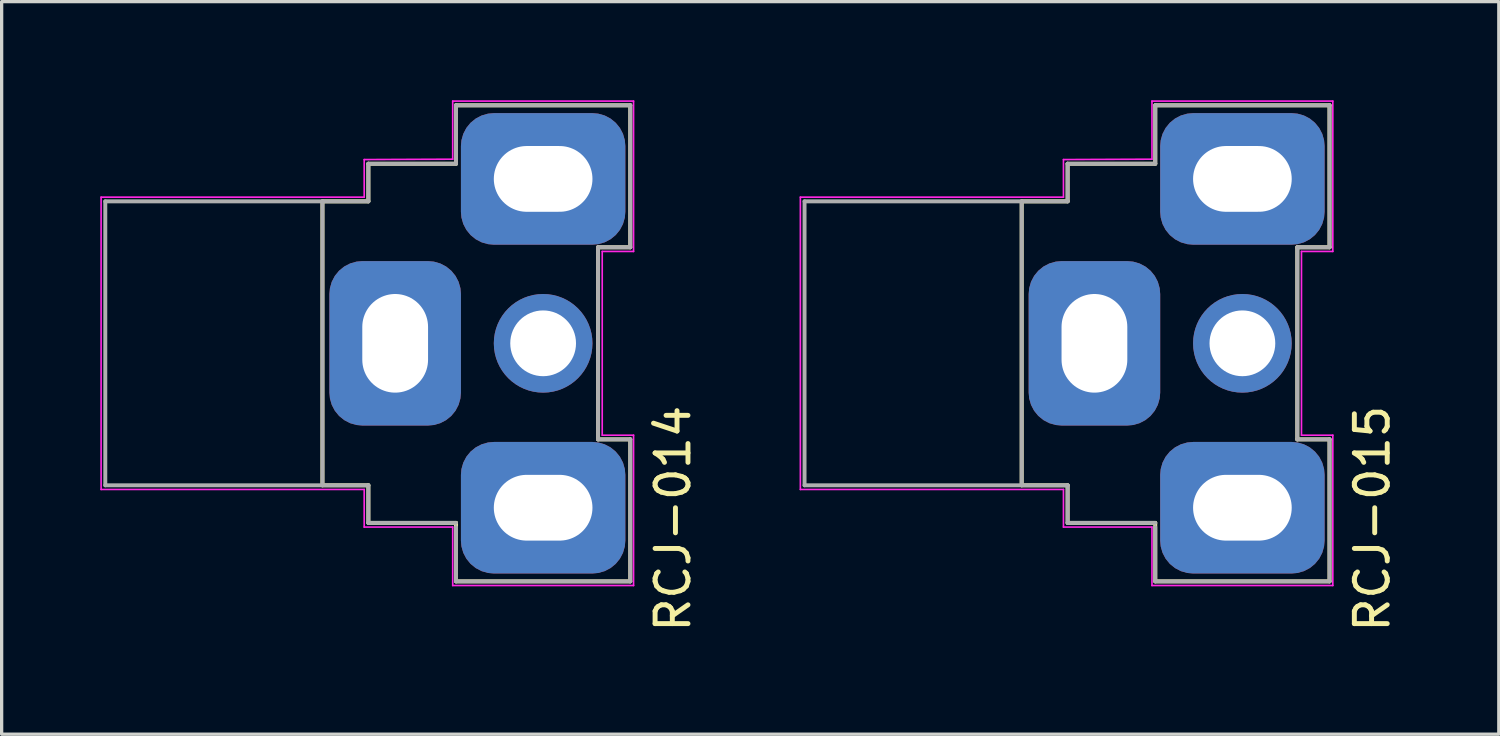
<source format=kicad_pcb>
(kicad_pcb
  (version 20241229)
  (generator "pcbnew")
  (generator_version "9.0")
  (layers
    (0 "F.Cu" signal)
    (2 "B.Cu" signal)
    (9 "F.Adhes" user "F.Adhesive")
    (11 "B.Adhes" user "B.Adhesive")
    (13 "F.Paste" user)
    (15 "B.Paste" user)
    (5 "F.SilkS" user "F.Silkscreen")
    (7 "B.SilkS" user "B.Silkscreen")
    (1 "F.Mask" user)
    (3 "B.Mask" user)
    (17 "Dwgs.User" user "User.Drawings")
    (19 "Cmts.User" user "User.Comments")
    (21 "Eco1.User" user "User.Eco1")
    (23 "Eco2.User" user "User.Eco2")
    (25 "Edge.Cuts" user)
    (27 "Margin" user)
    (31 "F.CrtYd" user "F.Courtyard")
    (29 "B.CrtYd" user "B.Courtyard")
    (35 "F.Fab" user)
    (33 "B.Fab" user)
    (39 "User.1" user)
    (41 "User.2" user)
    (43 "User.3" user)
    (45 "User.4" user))
  (footprint "RCJ-015"
    (layer "F.Cu")
    (at 28.784 7.391)
    (property "Reference" "RCJ-015" (at 9.9 5.334 90) (layer "F.SilkS") (effects (font (size 1 1) (thickness 0.15))))
    (attr through_hole)
    (fp_line (start -0.762 -4.318) (end -0.762 4.318) (stroke (width 0.12) (type solid)) (layer "F.SilkS"))
    (fp_line (start -0.762 4.318) (end 0.635 4.318) (stroke (width 0.12) (type solid)) (layer "F.SilkS"))
    (fp_line (start 0.635 -5.461) (end 0.635 -4.318) (stroke (width 0.12) (type solid)) (layer "F.SilkS"))
    (fp_line (start 0.635 -4.318) (end -0.762 -4.318) (stroke (width 0.12) (type solid)) (layer "F.SilkS"))
    (fp_line (start 0.635 4.318) (end 0.635 5.461) (stroke (width 0.12) (type solid)) (layer "F.SilkS"))
    (fp_line (start 0.635 5.461) (end 3.3 5.461) (stroke (width 0.12) (type solid)) (layer "F.SilkS"))
    (fp_line (start 3.3 -7.239) (end 8.6 -7.239) (stroke (width 0.12) (type solid)) (layer "F.SilkS"))
    (fp_line (start 3.3 -5.461) (end 0.635 -5.461) (stroke (width 0.12) (type solid)) (layer "F.SilkS"))
    (fp_line (start 3.3 -5.461) (end 3.3 -7.239) (stroke (width 0.12) (type solid)) (layer "F.SilkS"))
    (fp_line (start 3.3 5.461) (end 3.3 7.239) (stroke (width 0.12) (type solid)) (layer "F.SilkS"))
    (fp_line (start 3.3 7.239) (end 8.6 7.239) (stroke (width 0.12) (type solid)) (layer "F.SilkS"))
    (fp_line (start 7.62 -2.921) (end 7.62 2.921) (stroke (width 0.12) (type solid)) (layer "F.SilkS"))
    (fp_line (start 8.6 -7.239) (end 8.6 -2.921) (stroke (width 0.12) (type solid)) (layer "F.SilkS"))
    (fp_line (start 8.6 -2.921) (end 7.62 -2.921) (stroke (width 0.12) (type solid)) (layer "F.SilkS"))
    (fp_line (start 8.6 2.921) (end 7.62 2.921) (stroke (width 0.12) (type solid)) (layer "F.SilkS"))
    (fp_line (start 8.6 7.239) (end 8.6 2.921) (stroke (width 0.12) (type solid)) (layer "F.SilkS"))
    (fp_line (start -7.493 -4.445) (end -7.493 4.445) (stroke (width 0.05) (type solid)) (layer "F.CrtYd"))
    (fp_line (start -7.493 4.445) (end 0.508 4.445) (stroke (width 0.05) (type solid)) (layer "F.CrtYd"))
    (fp_line (start 0.508 -5.588) (end 0.508 -4.445) (stroke (width 0.05) (type solid)) (layer "F.CrtYd"))
    (fp_line (start 0.508 -4.445) (end -7.493 -4.445) (stroke (width 0.05) (type solid)) (layer "F.CrtYd"))
    (fp_line (start 0.508 4.445) (end 0.508 5.588) (stroke (width 0.05) (type solid)) (layer "F.CrtYd"))
    (fp_line (start 0.508 5.588) (end 3.2 5.588) (stroke (width 0.05) (type solid)) (layer "F.CrtYd"))
    (fp_line (start 3.2 -7.366) (end 8.7 -7.366) (stroke (width 0.05) (type solid)) (layer "F.CrtYd"))
    (fp_line (start 3.2 -5.6) (end 0.508 -5.588) (stroke (width 0.05) (type solid)) (layer "F.CrtYd"))
    (fp_line (start 3.2 -5.6) (end 3.2 -7.366) (stroke (width 0.05) (type solid)) (layer "F.CrtYd"))
    (fp_line (start 3.2 7.366) (end 3.2 5.588) (stroke (width 0.05) (type solid)) (layer "F.CrtYd"))
    (fp_line (start 7.747 -2.794) (end 7.747 2.794) (stroke (width 0.05) (type solid)) (layer "F.CrtYd"))
    (fp_line (start 7.747 2.794) (end 8.7 2.794) (stroke (width 0.05) (type solid)) (layer "F.CrtYd"))
    (fp_line (start 8.7 -7.366) (end 8.7 -2.794) (stroke (width 0.05) (type solid)) (layer "F.CrtYd"))
    (fp_line (start 8.7 -2.794) (end 7.747 -2.794) (stroke (width 0.05) (type solid)) (layer "F.CrtYd"))
    (fp_line (start 8.7 7.366) (end 3.2 7.366) (stroke (width 0.05) (type solid)) (layer "F.CrtYd"))
    (fp_line (start 8.7 7.366) (end 8.7 2.794) (stroke (width 0.05) (type solid)) (layer "F.CrtYd"))
    (fp_line (start -7.366 -4.318) (end -7.366 4.318) (stroke (width 0.12) (type solid)) (layer "F.Fab"))
    (fp_line (start -7.366 4.318) (end 0.635 4.318) (stroke (width 0.12) (type solid)) (layer "F.Fab"))
    (fp_line (start -0.762 -4.318) (end -0.762 4.318) (stroke (width 0.12) (type solid)) (layer "F.Fab"))
    (fp_line (start 0.635 -5.461) (end 0.635 -4.318) (stroke (width 0.12) (type solid)) (layer "F.Fab"))
    (fp_line (start 0.635 -5.461) (end 3.3 -5.461) (stroke (width 0.12) (type solid)) (layer "F.Fab"))
    (fp_line (start 0.635 -4.318) (end -7.366 -4.318) (stroke (width 0.12) (type solid)) (layer "F.Fab"))
    (fp_line (start 0.635 4.318) (end 0.635 5.461) (stroke (width 0.12) (type solid)) (layer "F.Fab"))
    (fp_line (start 0.635 5.461) (end 3.3 5.461) (stroke (width 0.12) (type solid)) (layer "F.Fab"))
    (fp_line (start 3.3 -7.239) (end 8.6 -7.239) (stroke (width 0.12) (type solid)) (layer "F.Fab"))
    (fp_line (start 3.3 -5.461) (end 3.3 -7.239) (stroke (width 0.12) (type solid)) (layer "F.Fab"))
    (fp_line (start 3.3 5.588) (end 3.3 7.239) (stroke (width 0.12) (type solid)) (layer "F.Fab"))
    (fp_line (start 3.3 7.239) (end 8.6 7.239) (stroke (width 0.12) (type solid)) (layer "F.Fab"))
    (fp_line (start 7.62 -2.921) (end 7.62 2.921) (stroke (width 0.12) (type solid)) (layer "F.Fab"))
    (fp_line (start 8.6 -7.239) (end 8.6 -2.921) (stroke (width 0.12) (type solid)) (layer "F.Fab"))
    (fp_line (start 8.6 -2.921) (end 7.62 -2.921) (stroke (width 0.12) (type solid)) (layer "F.Fab"))
    (fp_line (start 8.6 2.921) (end 7.62 2.921) (stroke (width 0.12) (type solid)) (layer "F.Fab"))
    (fp_line (start 8.6 7.239) (end 8.6 2.921) (stroke (width 0.12) (type solid)) (layer "F.Fab"))
    (pad "1" thru_hole circle (at 5.95 0) (size 3 3) (drill 2) (layers "*.Cu" "*.Mask"))
    (pad "2" thru_hole roundrect (at 1.45 0) (size 4 5) (drill oval 2 3) (layers "*.Cu" "*.Mask") (roundrect_rratio 0.25))
    (pad "2" thru_hole roundrect (at 5.95 -5) (size 5 4) (drill oval 3 2) (layers "*.Cu" "*.Mask") (roundrect_rratio 0.25))
    (pad "2" thru_hole roundrect (at 5.95 5) (size 5 4) (drill oval 3 2) (layers "*.Cu" "*.Mask") (roundrect_rratio 0.25)))
  (footprint "RCJ-014"
    (layer "F.Cu")
    (at 7.518 7.391)
    (property "Reference" "RCJ-014" (at 9.9 5.334 90) (layer "F.SilkS") (effects (font (size 1 1) (thickness 0.15))))
    (attr through_hole)
    (fp_line (start -0.762 -4.318) (end -0.762 4.318) (stroke (width 0.12) (type solid)) (layer "F.SilkS"))
    (fp_line (start -0.762 4.318) (end 0.635 4.318) (stroke (width 0.12) (type solid)) (layer "F.SilkS"))
    (fp_line (start 0.635 -5.461) (end 0.635 -4.318) (stroke (width 0.12) (type solid)) (layer "F.SilkS"))
    (fp_line (start 0.635 -4.318) (end -0.762 -4.318) (stroke (width 0.12) (type solid)) (layer "F.SilkS"))
    (fp_line (start 0.635 4.318) (end 0.635 5.461) (stroke (width 0.12) (type solid)) (layer "F.SilkS"))
    (fp_line (start 0.635 5.461) (end 3.3 5.461) (stroke (width 0.12) (type solid)) (layer "F.SilkS"))
    (fp_line (start 3.3 -7.239) (end 8.6 -7.239) (stroke (width 0.12) (type solid)) (layer "F.SilkS"))
    (fp_line (start 3.3 -5.461) (end 0.635 -5.461) (stroke (width 0.12) (type solid)) (layer "F.SilkS"))
    (fp_line (start 3.3 -5.461) (end 3.3 -7.239) (stroke (width 0.12) (type solid)) (layer "F.SilkS"))
    (fp_line (start 3.3 5.461) (end 3.3 7.239) (stroke (width 0.12) (type solid)) (layer "F.SilkS"))
    (fp_line (start 3.3 7.239) (end 8.6 7.239) (stroke (width 0.12) (type solid)) (layer "F.SilkS"))
    (fp_line (start 7.62 -2.921) (end 7.62 2.921) (stroke (width 0.12) (type solid)) (layer "F.SilkS"))
    (fp_line (start 8.6 -7.239) (end 8.6 -2.921) (stroke (width 0.12) (type solid)) (layer "F.SilkS"))
    (fp_line (start 8.6 -2.921) (end 7.62 -2.921) (stroke (width 0.12) (type solid)) (layer "F.SilkS"))
    (fp_line (start 8.6 2.921) (end 7.62 2.921) (stroke (width 0.12) (type solid)) (layer "F.SilkS"))
    (fp_line (start 8.6 7.239) (end 8.6 2.921) (stroke (width 0.12) (type solid)) (layer "F.SilkS"))
    (fp_line (start -7.493 -4.445) (end -7.493 4.445) (stroke (width 0.05) (type solid)) (layer "F.CrtYd"))
    (fp_line (start -7.493 4.445) (end 0.508 4.445) (stroke (width 0.05) (type solid)) (layer "F.CrtYd"))
    (fp_line (start 0.508 -5.588) (end 0.508 -4.445) (stroke (width 0.05) (type solid)) (layer "F.CrtYd"))
    (fp_line (start 0.508 -4.445) (end -7.493 -4.445) (stroke (width 0.05) (type solid)) (layer "F.CrtYd"))
    (fp_line (start 0.508 4.445) (end 0.508 5.588) (stroke (width 0.05) (type solid)) (layer "F.CrtYd"))
    (fp_line (start 0.508 5.588) (end 3.2 5.588) (stroke (width 0.05) (type solid)) (layer "F.CrtYd"))
    (fp_line (start 3.2 -7.366) (end 8.7 -7.366) (stroke (width 0.05) (type solid)) (layer "F.CrtYd"))
    (fp_line (start 3.2 -5.6) (end 0.508 -5.588) (stroke (width 0.05) (type solid)) (layer "F.CrtYd"))
    (fp_line (start 3.2 -5.6) (end 3.2 -7.366) (stroke (width 0.05) (type solid)) (layer "F.CrtYd"))
    (fp_line (start 3.2 7.366) (end 3.2 5.588) (stroke (width 0.05) (type solid)) (layer "F.CrtYd"))
    (fp_line (start 7.747 -2.794) (end 7.747 2.794) (stroke (width 0.05) (type solid)) (layer "F.CrtYd"))
    (fp_line (start 7.747 2.794) (end 8.7 2.794) (stroke (width 0.05) (type solid)) (layer "F.CrtYd"))
    (fp_line (start 8.7 -7.366) (end 8.7 -2.794) (stroke (width 0.05) (type solid)) (layer "F.CrtYd"))
    (fp_line (start 8.7 -2.794) (end 7.747 -2.794) (stroke (width 0.05) (type solid)) (layer "F.CrtYd"))
    (fp_line (start 8.7 7.366) (end 3.2 7.366) (stroke (width 0.05) (type solid)) (layer "F.CrtYd"))
    (fp_line (start 8.7 7.366) (end 8.7 2.794) (stroke (width 0.05) (type solid)) (layer "F.CrtYd"))
    (fp_line (start -7.366 -4.318) (end -7.366 4.318) (stroke (width 0.12) (type solid)) (layer "F.Fab"))
    (fp_line (start -7.366 4.318) (end 0.635 4.318) (stroke (width 0.12) (type solid)) (layer "F.Fab"))
    (fp_line (start -0.762 -4.318) (end -0.762 4.318) (stroke (width 0.12) (type solid)) (layer "F.Fab"))
    (fp_line (start 0.635 -5.461) (end 0.635 -4.318) (stroke (width 0.12) (type solid)) (layer "F.Fab"))
    (fp_line (start 0.635 -5.461) (end 3.3 -5.461) (stroke (width 0.12) (type solid)) (layer "F.Fab"))
    (fp_line (start 0.635 -4.318) (end -7.366 -4.318) (stroke (width 0.12) (type solid)) (layer "F.Fab"))
    (fp_line (start 0.635 4.318) (end 0.635 5.461) (stroke (width 0.12) (type solid)) (layer "F.Fab"))
    (fp_line (start 0.635 5.461) (end 3.3 5.461) (stroke (width 0.12) (type solid)) (layer "F.Fab"))
    (fp_line (start 3.3 -7.239) (end 8.6 -7.239) (stroke (width 0.12) (type solid)) (layer "F.Fab"))
    (fp_line (start 3.3 -5.461) (end 3.3 -7.239) (stroke (width 0.12) (type solid)) (layer "F.Fab"))
    (fp_line (start 3.3 5.588) (end 3.3 7.239) (stroke (width 0.12) (type solid)) (layer "F.Fab"))
    (fp_line (start 3.3 7.239) (end 8.6 7.239) (stroke (width 0.12) (type solid)) (layer "F.Fab"))
    (fp_line (start 7.62 -2.921) (end 7.62 2.921) (stroke (width 0.12) (type solid)) (layer "F.Fab"))
    (fp_line (start 8.6 -7.239) (end 8.6 -2.921) (stroke (width 0.12) (type solid)) (layer "F.Fab"))
    (fp_line (start 8.6 -2.921) (end 7.62 -2.921) (stroke (width 0.12) (type solid)) (layer "F.Fab"))
    (fp_line (start 8.6 2.921) (end 7.62 2.921) (stroke (width 0.12) (type solid)) (layer "F.Fab"))
    (fp_line (start 8.6 7.239) (end 8.6 2.921) (stroke (width 0.12) (type solid)) (layer "F.Fab"))
    (pad "1" thru_hole circle (at 5.95 0) (size 3 3) (drill 2) (layers "*.Cu" "*.Mask"))
    (pad "2" thru_hole roundrect (at 1.45 0) (size 4 5) (drill oval 2 3) (layers "*.Cu" "*.Mask") (roundrect_rratio 0.25))
    (pad "2" thru_hole roundrect (at 5.95 -5) (size 5 4) (drill oval 3 2) (layers "*.Cu" "*.Mask") (roundrect_rratio 0.25))
    (pad "2" thru_hole roundrect (at 5.95 5) (size 5 4) (drill oval 3 2) (layers "*.Cu" "*.Mask") (roundrect_rratio 0.25)))
  (gr_rect
    (start -3 -3)
    (end 42.532 19.279)
    (stroke (width 0.1) (type default))
    (fill no)
    (layer "Edge.Cuts")))
</source>
